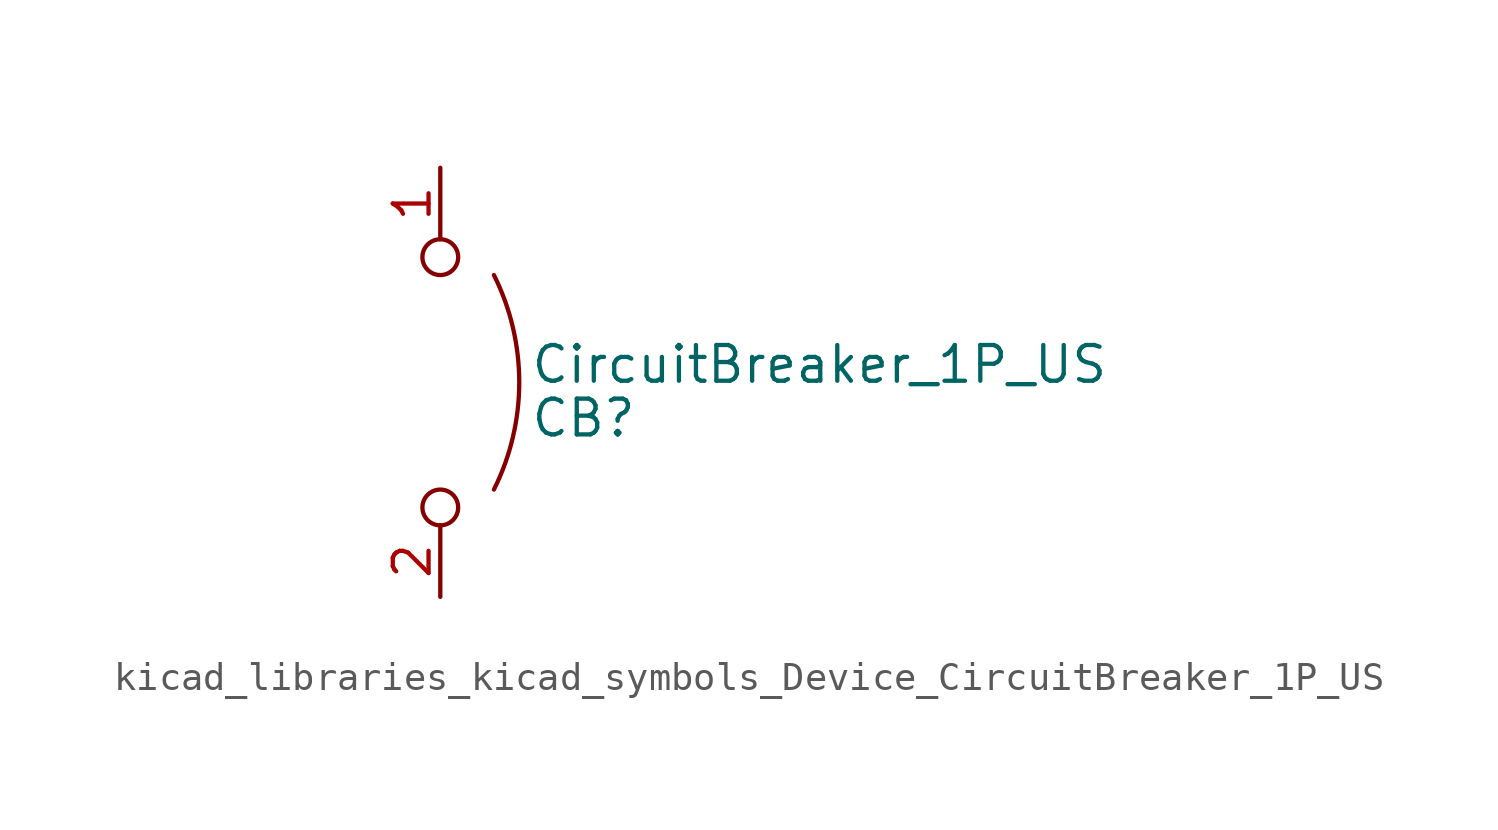
<source format=kicad_sym>
(kicad_symbol_lib
  (version 20220914)
  (generator kicad_symbol_editor)
  (symbol "kicad_libraries_kicad_symbols_Device_CircuitBreaker_1P_US"
    (property "Reference" "CB"
      (at 3.175 -1.27 0)
      (effects (font (size 1.27 1.27)) (justify left)))
    (property "Value" "CircuitBreaker_1P_US"
      (at 3.175 0.635 0)
      (effects (font (size 1.27 1.27)) (justify left)))
    (symbol "kicad_libraries_kicad_symbols_Device_CircuitBreaker_1P_US_0_1"
      (circle (center 0 -4.445) (radius 0.635) (stroke (width 0) (type default)) (fill (type none)))
      (circle (center 0 4.445) (radius 0.635) (stroke (width 0) (type default)) (fill (type none)))
      (arc (start 1.905 -3.81) (mid 2.8044 0) (end 1.905 3.81) (stroke (width 0) (type default)) (fill (type none))))
    (symbol "kicad_libraries_kicad_symbols_Device_CircuitBreaker_1P_US_1_1"
      (pin passive line (at 0 7.62 270) (length 2.54) (name "~" (effects (font (size 1.27 1.27)))) (number "1" (effects (font (size 1.27 1.27)))))
      (pin passive line (at 0 -7.62 90) (length 2.54) (name "~" (effects (font (size 1.27 1.27)))) (number "2" (effects (font (size 1.27 1.27))))))))
</source>
